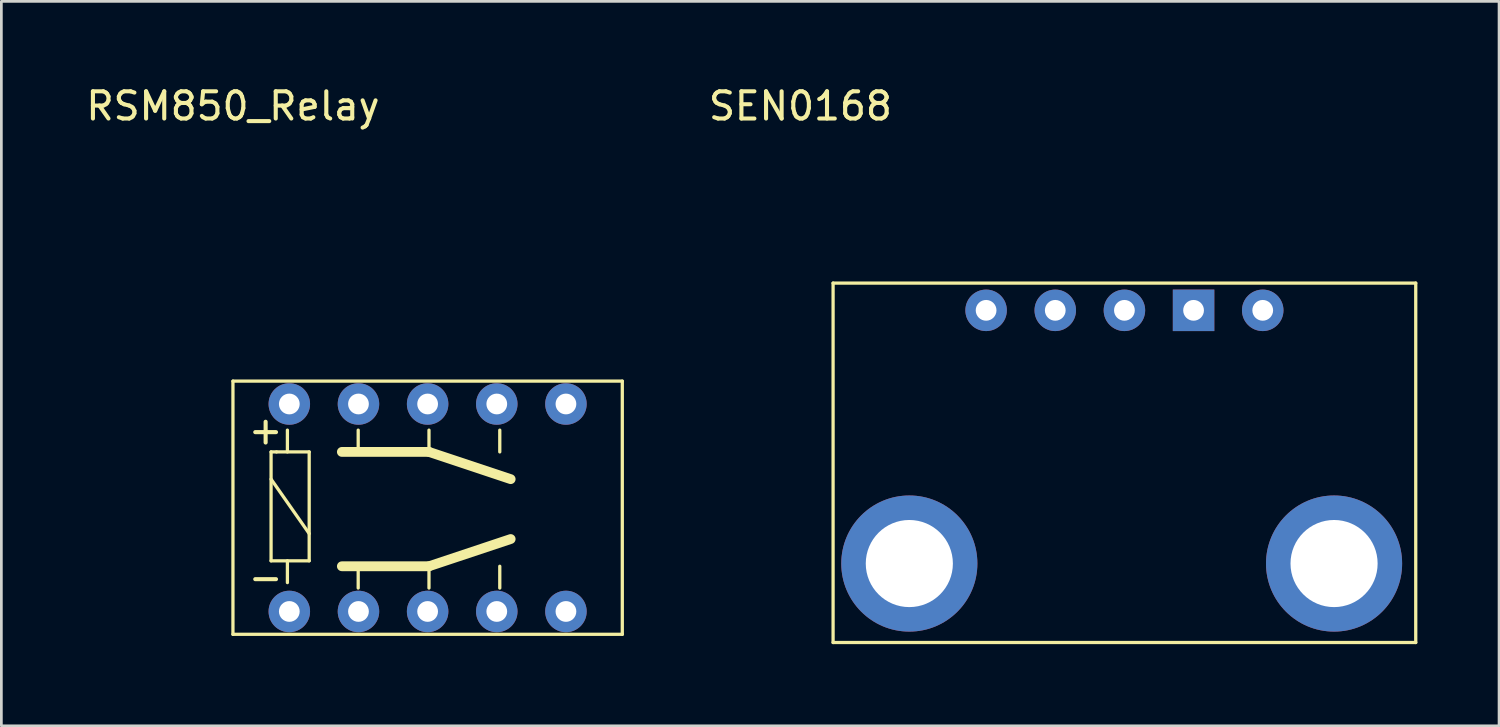
<source format=kicad_pcb>
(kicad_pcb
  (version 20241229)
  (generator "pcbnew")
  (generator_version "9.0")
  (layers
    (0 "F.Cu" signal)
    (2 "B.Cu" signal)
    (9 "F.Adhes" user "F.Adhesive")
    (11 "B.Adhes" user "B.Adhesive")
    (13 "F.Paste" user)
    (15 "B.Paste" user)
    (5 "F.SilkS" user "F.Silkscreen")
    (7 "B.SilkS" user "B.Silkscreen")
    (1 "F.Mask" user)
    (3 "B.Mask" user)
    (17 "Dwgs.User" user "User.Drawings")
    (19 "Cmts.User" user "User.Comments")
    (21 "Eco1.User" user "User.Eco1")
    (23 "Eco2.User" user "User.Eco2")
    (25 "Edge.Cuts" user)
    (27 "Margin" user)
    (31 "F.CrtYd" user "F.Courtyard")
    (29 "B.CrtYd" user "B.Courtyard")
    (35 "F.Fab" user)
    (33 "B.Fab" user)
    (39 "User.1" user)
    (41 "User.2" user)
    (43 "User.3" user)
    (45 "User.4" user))
  (footprint "RSM850_Relay"
    (layer "F.Cu")
    (at 5.506 10.948)
    (property "Reference" "RSM850_Relay" (at 0 -10.1 0) (layer "F.SilkS") (effects (font (size 1 1) (thickness 0.15))))
    (attr through_hole)
    (fp_line (start 0 0) (end 14.3 0) (stroke (width 0.12) (type solid)) (layer "F.SilkS"))
    (fp_line (start 0 9.3) (end 0 0) (stroke (width 0.12) (type solid)) (layer "F.SilkS"))
    (fp_line (start 1.4 2.6) (end 1.6 2.6) (stroke (width 0.12) (type solid)) (layer "F.SilkS"))
    (fp_line (start 1.4 3.6) (end 2.8 5.6) (stroke (width 0.12) (type solid)) (layer "F.SilkS"))
    (fp_line (start 1.4 6.6) (end 1.4 2.6) (stroke (width 0.12) (type solid)) (layer "F.SilkS"))
    (fp_line (start 1.6 2.6) (end 2.8 2.6) (stroke (width 0.12) (type solid)) (layer "F.SilkS"))
    (fp_line (start 2 2.6) (end 2 1.8) (stroke (width 0.12) (type solid)) (layer "F.SilkS"))
    (fp_line (start 2 6.6) (end 2 7.4) (stroke (width 0.12) (type solid)) (layer "F.SilkS"))
    (fp_line (start 2.8 2.6) (end 2.8 6.6) (stroke (width 0.12) (type solid)) (layer "F.SilkS"))
    (fp_line (start 2.8 6.6) (end 1.4 6.6) (stroke (width 0.12) (type solid)) (layer "F.SilkS"))
    (fp_line (start 4 2.6) (end 7.2 2.6) (stroke (width 0.36) (type solid)) (layer "F.SilkS"))
    (fp_line (start 4 6.8) (end 7.2 6.8) (stroke (width 0.36) (type solid)) (layer "F.SilkS"))
    (fp_line (start 4.6 2.6) (end 4.6 1.8) (stroke (width 0.12) (type solid)) (layer "F.SilkS"))
    (fp_line (start 4.6 6.8) (end 4.6 7.6) (stroke (width 0.12) (type solid)) (layer "F.SilkS"))
    (fp_line (start 7.2 2.6) (end 7.2 1.8) (stroke (width 0.12) (type solid)) (layer "F.SilkS"))
    (fp_line (start 7.2 2.6) (end 10.2 3.6) (stroke (width 0.36) (type solid)) (layer "F.SilkS"))
    (fp_line (start 7.2 6.8) (end 7.2 7.6) (stroke (width 0.12) (type solid)) (layer "F.SilkS"))
    (fp_line (start 7.2 6.8) (end 10.2 5.8) (stroke (width 0.36) (type solid)) (layer "F.SilkS"))
    (fp_line (start 9.8 2.6) (end 9.8 1.8) (stroke (width 0.12) (type solid)) (layer "F.SilkS"))
    (fp_line (start 9.8 6.8) (end 9.8 7.6) (stroke (width 0.12) (type solid)) (layer "F.SilkS"))
    (fp_line (start 14.3 0) (end 14.3 9.3) (stroke (width 0.12) (type solid)) (layer "F.SilkS"))
    (fp_line (start 14.3 9.3) (end 0 9.3) (stroke (width 0.12) (type solid)) (layer "F.SilkS"))
    (fp_text user "-" (at 1.2 7.2 0) (layer "F.SilkS") (effects (font (size 1 1) (thickness 0.15))))
    (fp_text user "+" (at 1.2 1.8 0) (layer "F.SilkS") (effects (font (size 1 1) (thickness 0.15))))
    (pad "" thru_hole circle (at 12.23 0.84) (size 1.524 1.524) (drill 0.762) (layers "*.Cu" "*.Mask"))
    (pad "" thru_hole circle (at 12.23 8.46) (size 1.524 1.524) (drill 0.762) (layers "*.Cu" "*.Mask"))
    (pad "1" thru_hole circle (at 2.07 0.84) (size 1.524 1.524) (drill 0.762) (layers "*.Cu" "*.Mask"))
    (pad "2" thru_hole circle (at 2.07 8.46) (size 1.524 1.524) (drill 0.762) (layers "*.Cu" "*.Mask"))
    (pad "3" thru_hole circle (at 4.61 0.84) (size 1.524 1.524) (drill 0.762) (layers "*.Cu" "*.Mask"))
    (pad "4" thru_hole circle (at 7.15 0.84) (size 1.524 1.524) (drill 0.762) (layers "*.Cu" "*.Mask"))
    (pad "5" thru_hole circle (at 9.69 0.84) (size 1.524 1.524) (drill 0.762) (layers "*.Cu" "*.Mask"))
    (pad "6" thru_hole circle (at 4.61 8.46) (size 1.524 1.524) (drill 0.762) (layers "*.Cu" "*.Mask"))
    (pad "7" thru_hole circle (at 7.15 8.46) (size 1.524 1.524) (drill 0.762) (layers "*.Cu" "*.Mask"))
    (pad "8" thru_hole circle (at 9.69 8.46) (size 1.524 1.524) (drill 0.762) (layers "*.Cu" "*.Mask")))
  (footprint "SEN0168"
    (layer "F.Cu")
    (at 27.548 7.348)
    (property "Reference" "SEN0168" (at -1.2 -6.5 0) (layer "F.SilkS") (effects (font (size 1 1) (thickness 0.15))))
    (attr through_hole)
    (fp_line (start 0 0) (end 21.4 0) (stroke (width 0.12) (type solid)) (layer "F.SilkS"))
    (fp_line (start 0 13.2) (end 0 0) (stroke (width 0.12) (type solid)) (layer "F.SilkS"))
    (fp_line (start 21.4 0) (end 21.4 13.2) (stroke (width 0.12) (type solid)) (layer "F.SilkS"))
    (fp_line (start 21.4 13.2) (end 0 13.2) (stroke (width 0.12) (type solid)) (layer "F.SilkS"))
    (pad "" thru_hole circle (at 2.8 10.3) (size 5 5) (drill 3.2) (layers "*.Cu" "*.Mask"))
    (pad "" thru_hole circle (at 18.4 10.3) (size 5 5) (drill 3.2) (layers "*.Cu" "*.Mask"))
    (pad "1" thru_hole circle (at 15.78 1) (size 1.524 1.524) (drill 0.762) (layers "*.Cu" "*.Mask"))
    (pad "2" thru_hole rect (at 13.24 1) (size 1.524 1.524) (drill 0.762) (layers "*.Cu" "*.Mask"))
    (pad "3" thru_hole circle (at 10.7 1) (size 1.524 1.524) (drill 0.762) (layers "*.Cu" "*.Mask"))
    (pad "4" thru_hole circle (at 8.16 1) (size 1.524 1.524) (drill 0.762) (layers "*.Cu" "*.Mask"))
    (pad "5" thru_hole circle (at 5.62 1) (size 1.524 1.524) (drill 0.762) (layers "*.Cu" "*.Mask")))
  (gr_rect
    (start -3 -3)
    (end 52.008 23.608)
    (stroke (width 0.1) (type default))
    (fill no)
    (layer "Edge.Cuts")))
</source>
